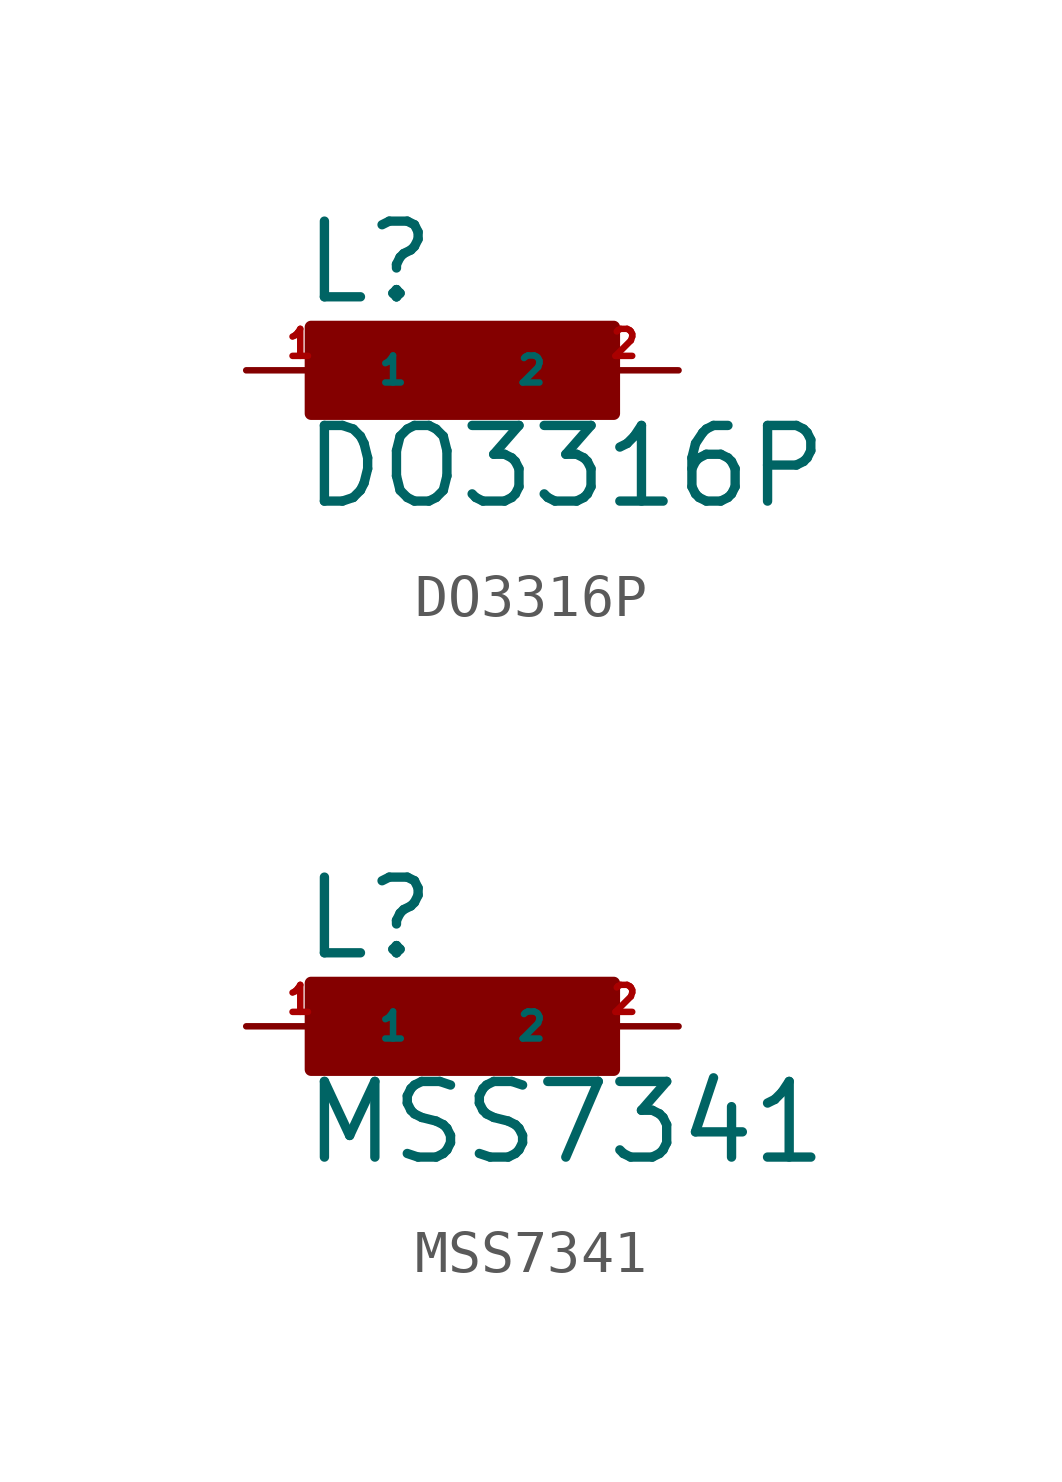
<source format=kicad_sym>
(kicad_symbol_lib
  (version 20220914)
  (generator Eagle2Kicad)
  (symbol "DO3316P"
    (property "Reference" "L"
      (at -3.81 1.499 0)
      (effects (font (size 1.778 1.778) (thickness 0.22)) (justify left bottom)))
    (property "Value" "DO3316P"
      (at -3.81 -3.302 0)
      (effects (font (size 1.778 1.778) (thickness 0.22)) (justify left bottom)))
    (rectangle
      (start -3.556 -1.016)
      (end 3.556 1.016)
      (stroke (width 0.3) (type default))
      (fill (type outline)))
    (pin passive line
      (at 5.08 0 180)
      (length 2.54)
      (name "2" (effects (font (size 0.635 0.635) (thickness 0.08)) (justify left bottom)))
      (number "2" (effects (font (size 0.635 0.635) (thickness 0.08)) (justify left bottom))))
    (pin passive line
      (at -5.08 0 0)
      (length 2.54)
      (name "1" (effects (font (size 0.635 0.635) (thickness 0.08)) (justify left bottom)))
      (number "1" (effects (font (size 0.635 0.635) (thickness 0.08)) (justify left bottom)))))
  (symbol "MSS7341"
    (property "Reference" "L"
      (at -3.81 1.499 0)
      (effects (font (size 1.778 1.778) (thickness 0.22)) (justify left bottom)))
    (property "Value" "MSS7341"
      (at -3.81 -3.302 0)
      (effects (font (size 1.778 1.778) (thickness 0.22)) (justify left bottom)))
    (rectangle
      (start -3.556 -1.016)
      (end 3.556 1.016)
      (stroke (width 0.3) (type default))
      (fill (type outline)))
    (pin passive line
      (at 5.08 0 180)
      (length 2.54)
      (name "2" (effects (font (size 0.635 0.635) (thickness 0.08)) (justify left bottom)))
      (number "2" (effects (font (size 0.635 0.635) (thickness 0.08)) (justify left bottom))))
    (pin passive line
      (at -5.08 0 0)
      (length 2.54)
      (name "1" (effects (font (size 0.635 0.635) (thickness 0.08)) (justify left bottom)))
      (number "1" (effects (font (size 0.635 0.635) (thickness 0.08)) (justify left bottom))))))
</source>
